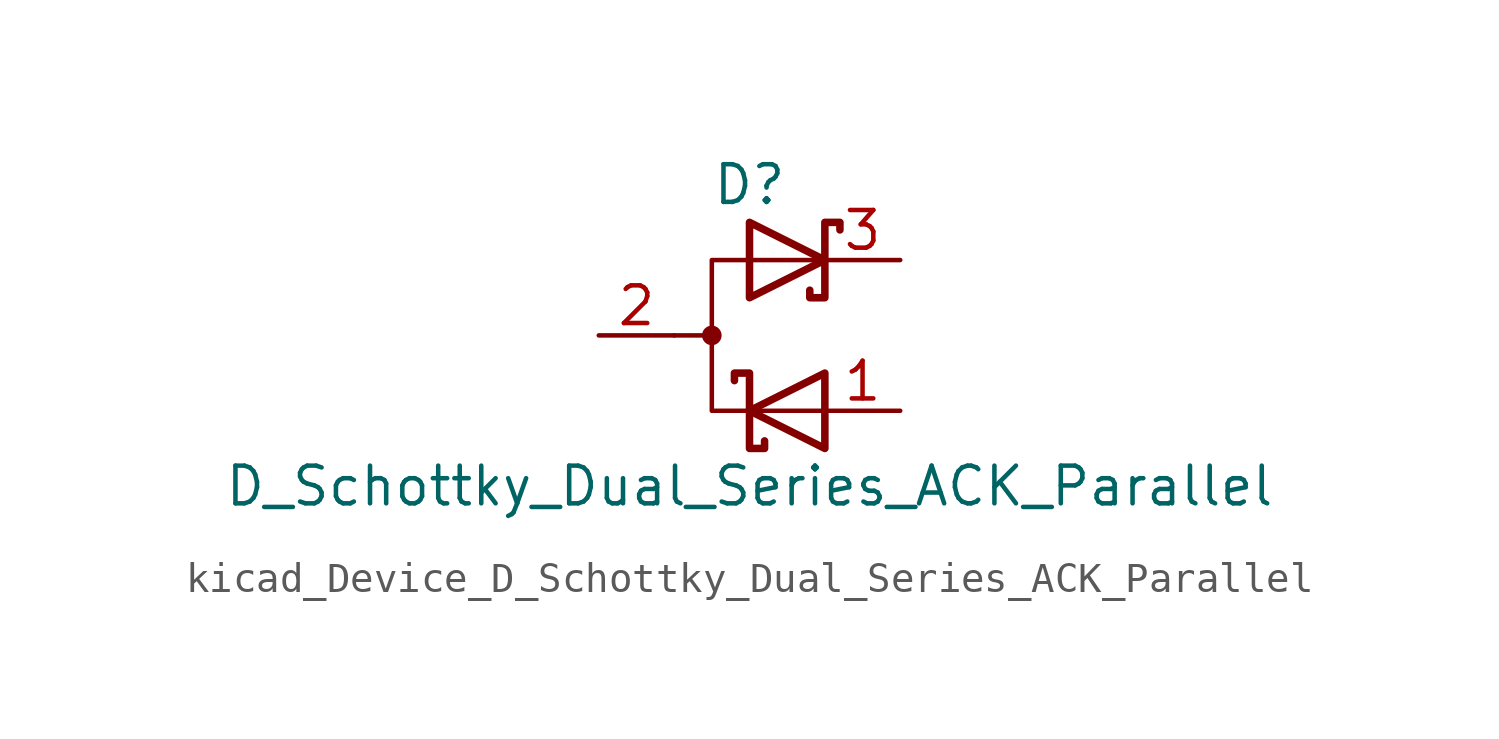
<source format=kicad_sym>
(kicad_symbol_lib
  (version 20220914)
  (generator kicad_symbol_editor)
  (symbol "kicad_Device_D_Schottky_Dual_Series_ACK_Parallel"
    (pin_names
      (offset 0.762) hide)
    (property "Reference" "D"
      (at 0 5.08 0)
      (effects (font (size 1.27 1.27))))
    (property "Value" "D_Schottky_Dual_Series_ACK_Parallel"
      (at 0 -5.08 0)
      (effects (font (size 1.27 1.27))))
    (symbol "kicad_Device_D_Schottky_Dual_Series_ACK_Parallel_0_1"
      (circle (center -1.27 0) (radius 0.254) (stroke (width 0) (type default)) (fill (type outline)))
      (polyline (pts (xy -1.27 0) (xy -2.54 0)) (stroke (width 0) (type default)) (fill (type none)))
      (polyline (pts (xy 2.54 2.54) (xy -1.27 2.54) (xy -1.27 -2.54) (xy 2.54 -2.54)) (stroke (width 0) (type default)) (fill (type none)))
      (polyline (pts (xy -0.508 -1.524) (xy -0.508 -1.27) (xy 0 -1.27) (xy 0 -3.81) (xy 0.508 -3.81) (xy 0.508 -3.556)) (stroke (width 0.254) (type default)) (fill (type none)))
      (polyline (pts (xy 0 3.81) (xy 2.54 2.54) (xy 0 1.27) (xy 0 3.81) (xy 0 3.81) (xy 0 3.81)) (stroke (width 0.254) (type default)) (fill (type none)))
      (polyline (pts (xy 2.54 -1.27) (xy 0 -2.54) (xy 2.54 -3.81) (xy 2.54 -1.27) (xy 2.54 -1.27) (xy 2.54 -1.27)) (stroke (width 0.254) (type default)) (fill (type none)))
      (polyline (pts (xy 3.048 3.556) (xy 3.048 3.81) (xy 2.54 3.81) (xy 2.54 1.27) (xy 2.032 1.27) (xy 2.032 1.524)) (stroke (width 0.254) (type default)) (fill (type none)))
      (pin passive line (at 5.08 -2.54 180) (length 2.54) (name "K" (effects (font (size 1.27 1.27)))) (number "1" (effects (font (size 1.27 1.27)))))
      (pin passive line (at -5.08 0 0) (length 2.54) (name "A" (effects (font (size 1.27 1.27)))) (number "2" (effects (font (size 1.27 1.27)))))
      (pin passive line (at 5.08 2.54 180) (length 2.54) (name "K" (effects (font (size 1.27 1.27)))) (number "3" (effects (font (size 1.27 1.27))))))))
</source>
